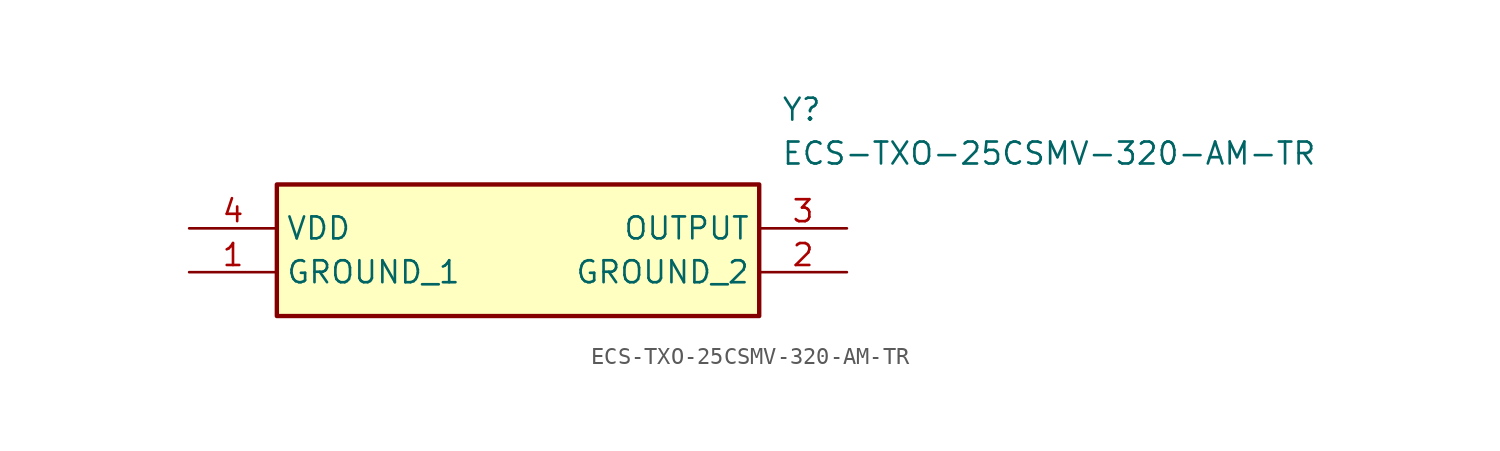
<source format=kicad_sym>
(kicad_symbol_lib
  (version 20211014)
  (generator SamacSys_ECAD_Model)
  (symbol "ECS-TXO-25CSMV-320-AM-TR"
    (property "Reference" "Y"
      (at 34.29 7.62 0)
      (effects (font (size 1.27 1.27)) (justify left top)))
    (property "Value" "ECS-TXO-25CSMV-320-AM-TR"
      (at 34.29 5.08 0)
      (effects (font (size 1.27 1.27)) (justify left top)))
    (rectangle
      (start 5.08 2.54)
      (end 33.02 -5.08)
      (stroke (width 0.254) (type default))
      (fill (type background)))
    (pin passive line
      (at 0 -2.54 0)
      (length 5.08)
      (name "GROUND_1" (effects (font (size 1.27 1.27))))
      (number "1" (effects (font (size 1.27 1.27)))))
    (pin passive line
      (at 38.1 -2.54 180)
      (length 5.08)
      (name "GROUND_2" (effects (font (size 1.27 1.27))))
      (number "2" (effects (font (size 1.27 1.27)))))
    (pin passive line
      (at 38.1 0 180)
      (length 5.08)
      (name "OUTPUT" (effects (font (size 1.27 1.27))))
      (number "3" (effects (font (size 1.27 1.27)))))
    (pin passive line
      (at 0 0 0)
      (length 5.08)
      (name "VDD" (effects (font (size 1.27 1.27))))
      (number "4" (effects (font (size 1.27 1.27)))))))
</source>
